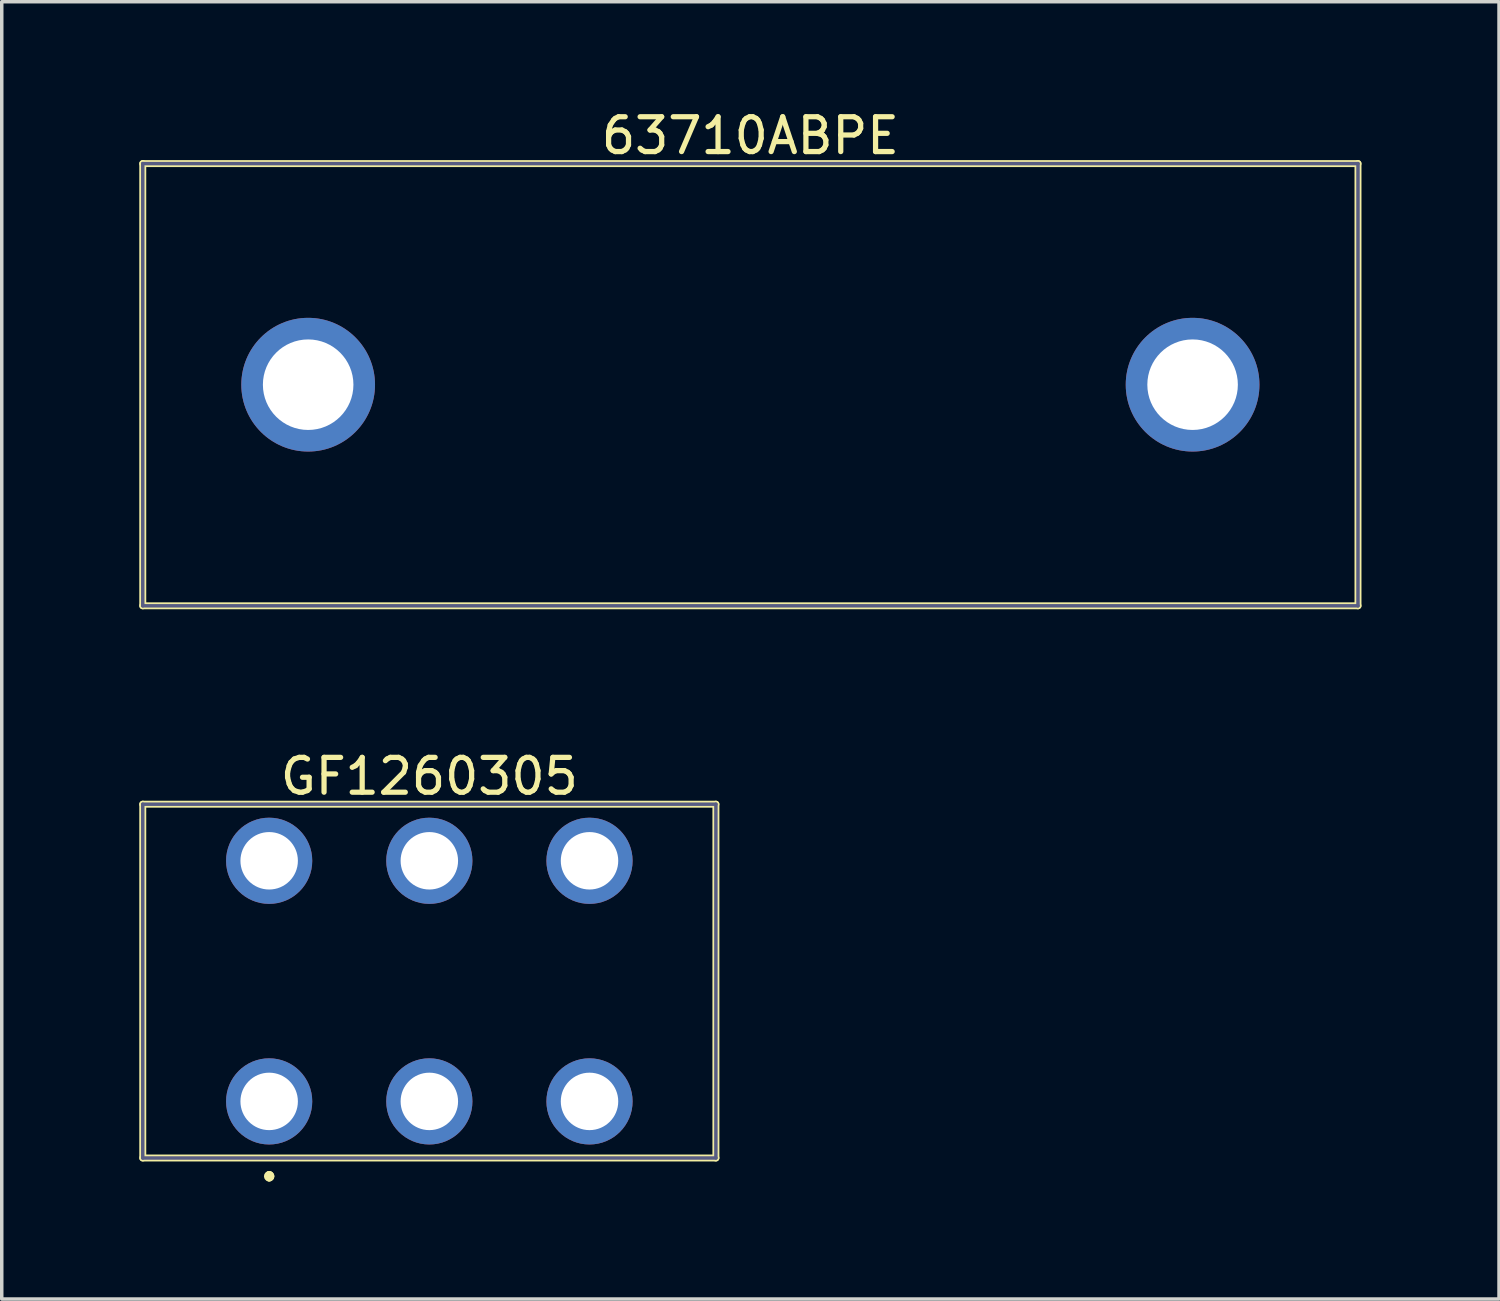
<source format=kicad_pcb>
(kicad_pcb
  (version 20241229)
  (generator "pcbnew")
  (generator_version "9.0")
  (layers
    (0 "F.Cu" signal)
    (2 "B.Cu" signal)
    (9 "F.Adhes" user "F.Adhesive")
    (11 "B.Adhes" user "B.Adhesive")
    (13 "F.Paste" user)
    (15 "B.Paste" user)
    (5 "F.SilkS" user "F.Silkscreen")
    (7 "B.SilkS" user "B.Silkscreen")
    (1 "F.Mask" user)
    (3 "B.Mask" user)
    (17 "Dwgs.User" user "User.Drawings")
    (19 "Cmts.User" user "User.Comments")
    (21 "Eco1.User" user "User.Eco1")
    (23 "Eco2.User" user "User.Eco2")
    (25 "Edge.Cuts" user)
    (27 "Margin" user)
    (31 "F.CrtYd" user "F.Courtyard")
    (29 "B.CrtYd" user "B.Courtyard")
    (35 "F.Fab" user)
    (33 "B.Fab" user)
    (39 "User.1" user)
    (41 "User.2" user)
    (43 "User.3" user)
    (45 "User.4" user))
  (footprint "GF1260305"
    (layer "F.Cu")
    (at 4.68 28.581)
    (property "Reference" "GF1260305" (at 4.6 -9.335 0) (layer "F.SilkS") (effects (font (size 1 1) (thickness 0.15))))
    (fp_line (start -3.63 -8.535) (end 12.83 -8.535) (stroke (width 0.2) (type solid)) (layer "F.SilkS"))
    (fp_line (start -3.63 1.625) (end -3.63 -8.535) (stroke (width 0.2) (type solid)) (layer "F.SilkS"))
    (fp_line (start -3.63 1.625) (end 12.83 1.625) (stroke (width 0.2) (type solid)) (layer "F.SilkS"))
    (fp_line (start 12.83 1.625) (end 12.83 -8.535) (stroke (width 0.2) (type solid)) (layer "F.SilkS"))
    (fp_arc (start 0 2.1) (mid 0.05 2.15) (end 0 2.2) (stroke (width 0.2) (type solid)) (layer "F.SilkS"))
    (fp_arc (start 0 2.1) (mid 0.05 2.15) (end 0 2.2) (stroke (width 0.2) (type solid)) (layer "F.SilkS"))
    (fp_arc (start 0 2.2) (mid -0.05 2.15) (end 0 2.1) (stroke (width 0.2) (type solid)) (layer "F.SilkS"))
    (fp_line (start -4.63 -9.535) (end 13.83 -9.535) (stroke (width 0.1) (type solid)) (layer "Eco2.User"))
    (fp_line (start -4.63 2.625) (end -4.63 -9.535) (stroke (width 0.1) (type solid)) (layer "Eco2.User"))
    (fp_line (start -4.63 2.625) (end 13.83 2.625) (stroke (width 0.1) (type solid)) (layer "Eco2.User"))
    (fp_line (start 13.83 2.625) (end 13.83 -9.535) (stroke (width 0.1) (type solid)) (layer "Eco2.User"))
    (fp_line (start -3.63 -8.535) (end 12.83 -8.535) (stroke (width 0.1) (type solid)) (layer "B.Fab"))
    (fp_line (start -3.63 1.625) (end -3.63 -8.535) (stroke (width 0.1) (type solid)) (layer "B.Fab"))
    (fp_line (start -3.63 1.625) (end 12.83 1.625) (stroke (width 0.1) (type solid)) (layer "B.Fab"))
    (fp_line (start 12.83 1.625) (end 12.83 -8.535) (stroke (width 0.1) (type solid)) (layer "B.Fab"))
    (pad "1" thru_hole circle (at 0 0) (size 2.475 2.475) (drill 1.65) (layers "*.Cu" "*.Mask"))
    (pad "2" thru_hole circle (at 4.6 0) (size 2.475 2.475) (drill 1.65) (layers "*.Cu" "*.Mask"))
    (pad "3" thru_hole circle (at 9.2 0) (size 2.475 2.475) (drill 1.65) (layers "*.Cu" "*.Mask"))
    (pad "4" thru_hole circle (at 9.2 -6.91) (size 2.475 2.475) (drill 1.65) (layers "*.Cu" "*.Mask"))
    (pad "5" thru_hole circle (at 4.6 -6.91) (size 2.475 2.475) (drill 1.65) (layers "*.Cu" "*.Mask"))
    (pad "6" thru_hole circle (at 0 -6.91) (size 2.475 2.475) (drill 1.65) (layers "*.Cu" "*.Mask")))
  (footprint "63710ABPE"
    (layer "F.Cu")
    (at 5.8 7.998)
    (property "Reference" "63710ABPE" (at 12.7 -7.15 0) (layer "F.SilkS") (effects (font (size 1 1) (thickness 0.15))))
    (fp_line (start -4.75 -6.35) (end 30.15 -6.35) (stroke (width 0.2) (type solid)) (layer "F.SilkS"))
    (fp_line (start -4.75 6.35) (end -4.75 -6.35) (stroke (width 0.2) (type solid)) (layer "F.SilkS"))
    (fp_line (start -4.75 6.35) (end 30.15 6.35) (stroke (width 0.2) (type solid)) (layer "F.SilkS"))
    (fp_line (start 30.15 6.35) (end 30.15 -6.35) (stroke (width 0.2) (type solid)) (layer "F.SilkS"))
    (fp_line (start -5.75 -7.35) (end 31.15 -7.35) (stroke (width 0.1) (type solid)) (layer "Eco2.User"))
    (fp_line (start -5.75 7.35) (end -5.75 -7.35) (stroke (width 0.1) (type solid)) (layer "Eco2.User"))
    (fp_line (start -5.75 7.35) (end 31.15 7.35) (stroke (width 0.1) (type solid)) (layer "Eco2.User"))
    (fp_line (start 31.15 7.35) (end 31.15 -7.35) (stroke (width 0.1) (type solid)) (layer "Eco2.User"))
    (fp_line (start -4.75 -6.35) (end 30.15 -6.35) (stroke (width 0.1) (type solid)) (layer "B.Fab"))
    (fp_line (start -4.75 6.35) (end -4.75 -6.35) (stroke (width 0.1) (type solid)) (layer "B.Fab"))
    (fp_line (start -4.75 6.35) (end 30.15 6.35) (stroke (width 0.1) (type solid)) (layer "B.Fab"))
    (fp_line (start 30.15 6.35) (end 30.15 -6.35) (stroke (width 0.1) (type solid)) (layer "B.Fab"))
    (pad "1" thru_hole circle (at 0 0) (size 3.84 3.84) (drill 2.6) (layers "*.Cu" "*.Mask"))
    (pad "2" thru_hole circle (at 25.4 0) (size 3.84 3.84) (drill 2.6) (layers "*.Cu" "*.Mask")))
  (gr_rect
    (start -3 -3)
    (end 40 34.257)
    (stroke (width 0.1) (type default))
    (fill no)
    (layer "Edge.Cuts")))
</source>
